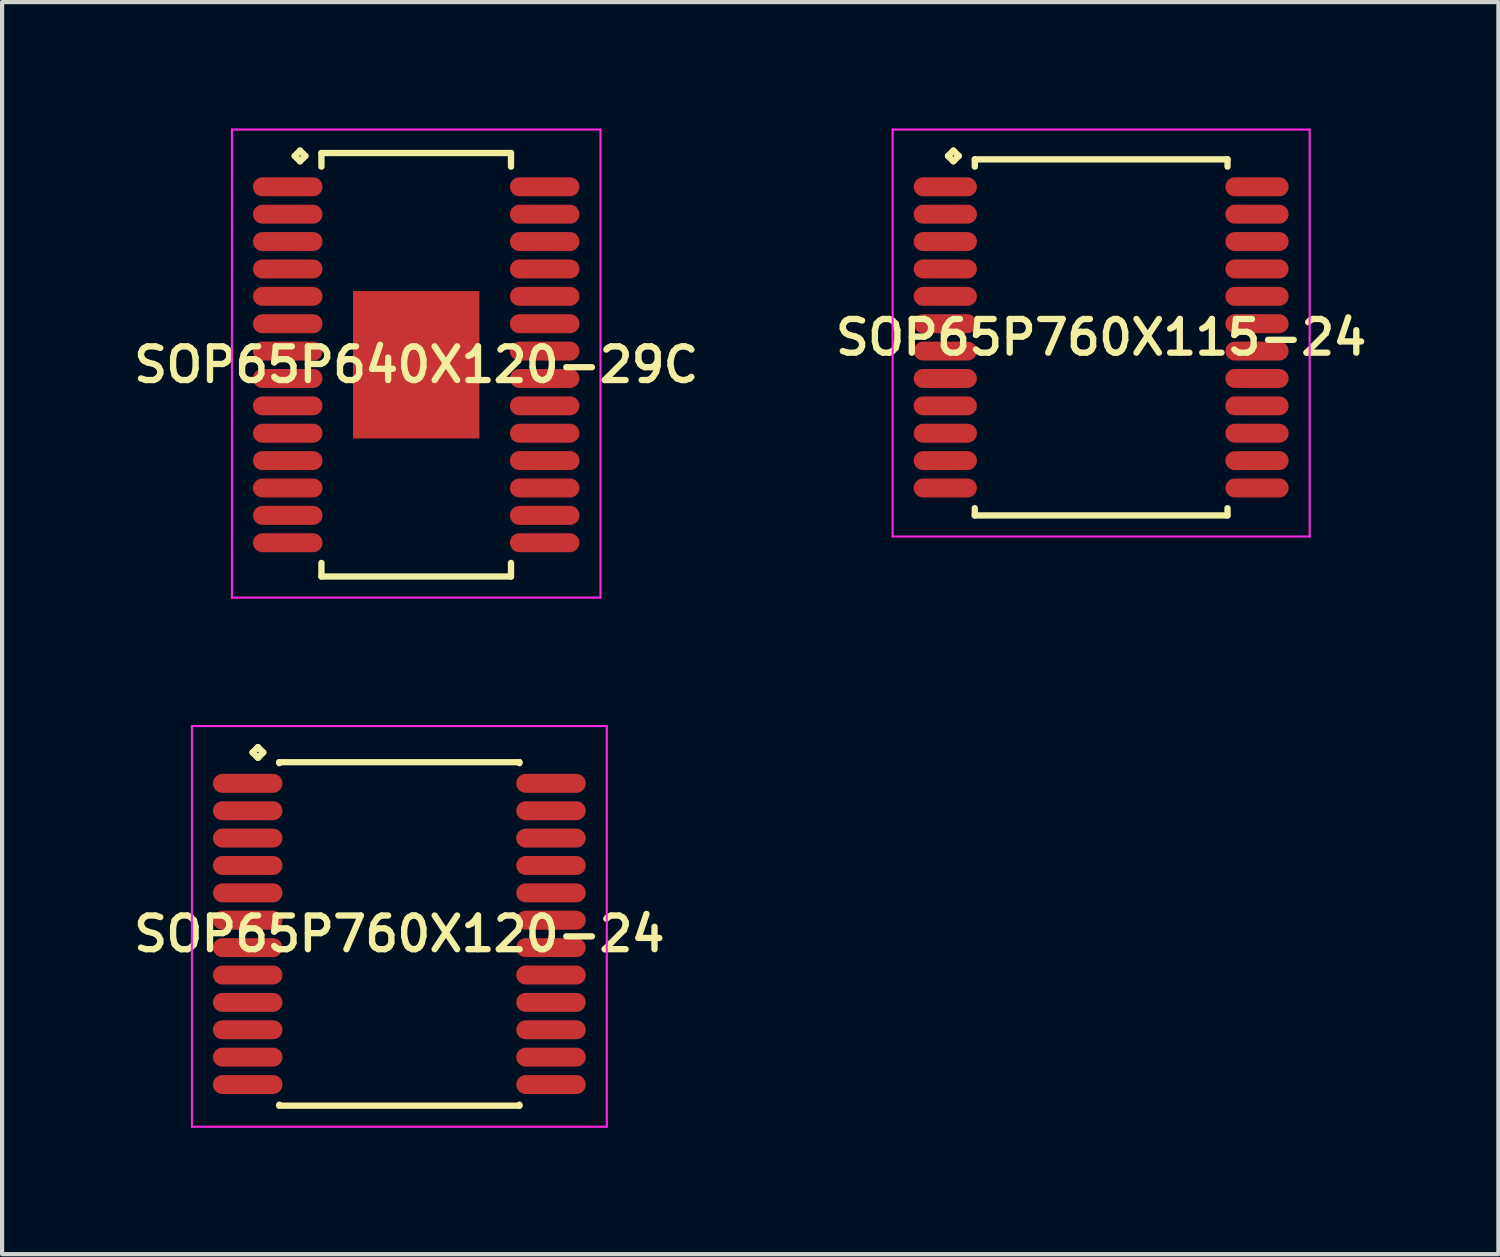
<source format=kicad_pcb>
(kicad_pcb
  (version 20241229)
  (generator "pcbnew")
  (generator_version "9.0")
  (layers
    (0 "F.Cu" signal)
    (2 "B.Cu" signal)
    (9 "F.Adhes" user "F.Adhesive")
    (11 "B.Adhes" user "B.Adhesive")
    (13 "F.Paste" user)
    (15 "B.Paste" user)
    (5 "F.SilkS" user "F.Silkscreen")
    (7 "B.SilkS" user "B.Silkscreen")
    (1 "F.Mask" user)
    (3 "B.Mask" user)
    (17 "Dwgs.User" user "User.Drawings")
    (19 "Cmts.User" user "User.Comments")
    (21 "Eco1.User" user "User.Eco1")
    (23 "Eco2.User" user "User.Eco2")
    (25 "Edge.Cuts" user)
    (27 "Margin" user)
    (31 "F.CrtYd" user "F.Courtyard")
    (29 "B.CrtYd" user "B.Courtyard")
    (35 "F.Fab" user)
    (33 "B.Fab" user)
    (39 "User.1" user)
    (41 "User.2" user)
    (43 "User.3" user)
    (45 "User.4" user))
  (footprint "SOP65P760X120-24"
    (layer "F.Cu")
    (at 6.431 19.122)
    (property "Reference" "SOP65P760X120-24" (at 0 0 0) (layer "F.SilkS") (effects (font (size 0.8 0.8) (thickness 0.15))))
    (attr smd)
    (fp_line (start -3.485 -4.308) (end -3.358 -4.435) (stroke (width 0.15) (type solid)) (layer "F.SilkS"))
    (fp_line (start -3.358 -4.435) (end -3.231 -4.308) (stroke (width 0.15) (type solid)) (layer "F.SilkS"))
    (fp_line (start -3.358 -4.181) (end -3.485 -4.308) (stroke (width 0.15) (type solid)) (layer "F.SilkS"))
    (fp_line (start -3.231 -4.308) (end -3.358 -4.181) (stroke (width 0.15) (type solid)) (layer "F.SilkS"))
    (fp_line (start -2.85 -4.077) (end 2.85 -4.077) (stroke (width 0.15) (type solid)) (layer "F.SilkS"))
    (fp_line (start -2.85 -4.054) (end -2.85 -4.077) (stroke (width 0.15) (type solid)) (layer "F.SilkS"))
    (fp_line (start -2.85 4.054) (end -2.85 4.077) (stroke (width 0.15) (type solid)) (layer "F.SilkS"))
    (fp_line (start -2.85 4.077) (end 2.85 4.077) (stroke (width 0.15) (type solid)) (layer "F.SilkS"))
    (fp_line (start 2.85 -4.077) (end 2.85 -4.054) (stroke (width 0.15) (type solid)) (layer "F.SilkS"))
    (fp_line (start 2.85 4.077) (end 2.85 4.054) (stroke (width 0.15) (type solid)) (layer "F.SilkS"))
    (fp_line (start -4.925 -4.935) (end 4.925 -4.935) (stroke (width 0.05) (type solid)) (layer "F.CrtYd"))
    (fp_line (start -4.925 4.577) (end -4.925 -4.935) (stroke (width 0.05) (type solid)) (layer "F.CrtYd"))
    (fp_line (start 4.925 -4.935) (end 4.925 4.577) (stroke (width 0.05) (type solid)) (layer "F.CrtYd"))
    (fp_line (start 4.925 4.577) (end -4.925 4.577) (stroke (width 0.05) (type solid)) (layer "F.CrtYd"))
    (pad "1" smd oval (at -3.6 -3.575) (size 1.65 0.45) (layers "F.Cu" "F.Mask" "F.Paste"))
    (pad "2" smd oval (at -3.6 -2.925) (size 1.65 0.45) (layers "F.Cu" "F.Mask" "F.Paste"))
    (pad "3" smd oval (at -3.6 -2.275) (size 1.65 0.45) (layers "F.Cu" "F.Mask" "F.Paste"))
    (pad "4" smd oval (at -3.6 -1.625) (size 1.65 0.45) (layers "F.Cu" "F.Mask" "F.Paste"))
    (pad "5" smd oval (at -3.6 -0.975) (size 1.65 0.45) (layers "F.Cu" "F.Mask" "F.Paste"))
    (pad "6" smd oval (at -3.6 -0.325) (size 1.65 0.45) (layers "F.Cu" "F.Mask" "F.Paste"))
    (pad "7" smd oval (at -3.6 0.325) (size 1.65 0.45) (layers "F.Cu" "F.Mask" "F.Paste"))
    (pad "8" smd oval (at -3.6 0.975) (size 1.65 0.45) (layers "F.Cu" "F.Mask" "F.Paste"))
    (pad "9" smd oval (at -3.6 1.625) (size 1.65 0.45) (layers "F.Cu" "F.Mask" "F.Paste"))
    (pad "10" smd oval (at -3.6 2.275) (size 1.65 0.45) (layers "F.Cu" "F.Mask" "F.Paste"))
    (pad "11" smd oval (at -3.6 2.925) (size 1.65 0.45) (layers "F.Cu" "F.Mask" "F.Paste"))
    (pad "12" smd oval (at -3.6 3.575) (size 1.65 0.45) (layers "F.Cu" "F.Mask" "F.Paste"))
    (pad "13" smd oval (at 3.6 3.575) (size 1.65 0.45) (layers "F.Cu" "F.Mask" "F.Paste"))
    (pad "14" smd oval (at 3.6 2.925) (size 1.65 0.45) (layers "F.Cu" "F.Mask" "F.Paste"))
    (pad "15" smd oval (at 3.6 2.275) (size 1.65 0.45) (layers "F.Cu" "F.Mask" "F.Paste"))
    (pad "16" smd oval (at 3.6 1.625) (size 1.65 0.45) (layers "F.Cu" "F.Mask" "F.Paste"))
    (pad "17" smd oval (at 3.6 0.975) (size 1.65 0.45) (layers "F.Cu" "F.Mask" "F.Paste"))
    (pad "18" smd oval (at 3.6 0.325) (size 1.65 0.45) (layers "F.Cu" "F.Mask" "F.Paste"))
    (pad "19" smd oval (at 3.6 -0.325) (size 1.65 0.45) (layers "F.Cu" "F.Mask" "F.Paste"))
    (pad "20" smd oval (at 3.6 -0.975) (size 1.65 0.45) (layers "F.Cu" "F.Mask" "F.Paste"))
    (pad "21" smd oval (at 3.6 -1.625) (size 1.65 0.45) (layers "F.Cu" "F.Mask" "F.Paste"))
    (pad "22" smd oval (at 3.6 -2.275) (size 1.65 0.45) (layers "F.Cu" "F.Mask" "F.Paste"))
    (pad "23" smd oval (at 3.6 -2.925) (size 1.65 0.45) (layers "F.Cu" "F.Mask" "F.Paste"))
    (pad "24" smd oval (at 3.6 -3.575) (size 1.65 0.45) (layers "F.Cu" "F.Mask" "F.Paste")))
  (footprint "SOP65P760X115-24"
    (layer "F.Cu")
    (at 23.092 4.96)
    (property "Reference" "SOP65P760X115-24" (at 0 0 0) (layer "F.SilkS") (effects (font (size 0.8 0.8) (thickness 0.15))))
    (attr smd)
    (fp_line (start -3.635 -4.308) (end -3.508 -4.435) (stroke (width 0.15) (type solid)) (layer "F.SilkS"))
    (fp_line (start -3.508 -4.435) (end -3.381 -4.308) (stroke (width 0.15) (type solid)) (layer "F.SilkS"))
    (fp_line (start -3.508 -4.181) (end -3.635 -4.308) (stroke (width 0.15) (type solid)) (layer "F.SilkS"))
    (fp_line (start -3.381 -4.308) (end -3.508 -4.181) (stroke (width 0.15) (type solid)) (layer "F.SilkS"))
    (fp_line (start -3 -4.227) (end 3 -4.227) (stroke (width 0.15) (type solid)) (layer "F.SilkS"))
    (fp_line (start -3 -4.054) (end -3 -4.227) (stroke (width 0.15) (type solid)) (layer "F.SilkS"))
    (fp_line (start -3 4.054) (end -3 4.227) (stroke (width 0.15) (type solid)) (layer "F.SilkS"))
    (fp_line (start -3 4.227) (end 3 4.227) (stroke (width 0.15) (type solid)) (layer "F.SilkS"))
    (fp_line (start 3 -4.227) (end 3 -4.054) (stroke (width 0.15) (type solid)) (layer "F.SilkS"))
    (fp_line (start 3 4.227) (end 3 4.054) (stroke (width 0.15) (type solid)) (layer "F.SilkS"))
    (fp_line (start -4.95 -4.935) (end 4.95 -4.935) (stroke (width 0.05) (type solid)) (layer "F.CrtYd"))
    (fp_line (start -4.95 4.727) (end -4.95 -4.935) (stroke (width 0.05) (type solid)) (layer "F.CrtYd"))
    (fp_line (start 4.95 -4.935) (end 4.95 4.727) (stroke (width 0.05) (type solid)) (layer "F.CrtYd"))
    (fp_line (start 4.95 4.727) (end -4.95 4.727) (stroke (width 0.05) (type solid)) (layer "F.CrtYd"))
    (pad "1" smd oval (at -3.7 -3.575) (size 1.5 0.45) (layers "F.Cu" "F.Mask" "F.Paste"))
    (pad "2" smd oval (at -3.7 -2.925) (size 1.5 0.45) (layers "F.Cu" "F.Mask" "F.Paste"))
    (pad "3" smd oval (at -3.7 -2.275) (size 1.5 0.45) (layers "F.Cu" "F.Mask" "F.Paste"))
    (pad "4" smd oval (at -3.7 -1.625) (size 1.5 0.45) (layers "F.Cu" "F.Mask" "F.Paste"))
    (pad "5" smd oval (at -3.7 -0.975) (size 1.5 0.45) (layers "F.Cu" "F.Mask" "F.Paste"))
    (pad "6" smd oval (at -3.7 -0.325) (size 1.5 0.45) (layers "F.Cu" "F.Mask" "F.Paste"))
    (pad "7" smd oval (at -3.7 0.325) (size 1.5 0.45) (layers "F.Cu" "F.Mask" "F.Paste"))
    (pad "8" smd oval (at -3.7 0.975) (size 1.5 0.45) (layers "F.Cu" "F.Mask" "F.Paste"))
    (pad "9" smd oval (at -3.7 1.625) (size 1.5 0.45) (layers "F.Cu" "F.Mask" "F.Paste"))
    (pad "10" smd oval (at -3.7 2.275) (size 1.5 0.45) (layers "F.Cu" "F.Mask" "F.Paste"))
    (pad "11" smd oval (at -3.7 2.925) (size 1.5 0.45) (layers "F.Cu" "F.Mask" "F.Paste"))
    (pad "12" smd oval (at -3.7 3.575) (size 1.5 0.45) (layers "F.Cu" "F.Mask" "F.Paste"))
    (pad "13" smd oval (at 3.7 3.575) (size 1.5 0.45) (layers "F.Cu" "F.Mask" "F.Paste"))
    (pad "14" smd oval (at 3.7 2.925) (size 1.5 0.45) (layers "F.Cu" "F.Mask" "F.Paste"))
    (pad "15" smd oval (at 3.7 2.275) (size 1.5 0.45) (layers "F.Cu" "F.Mask" "F.Paste"))
    (pad "16" smd oval (at 3.7 1.625) (size 1.5 0.45) (layers "F.Cu" "F.Mask" "F.Paste"))
    (pad "17" smd oval (at 3.7 0.975) (size 1.5 0.45) (layers "F.Cu" "F.Mask" "F.Paste"))
    (pad "18" smd oval (at 3.7 0.325) (size 1.5 0.45) (layers "F.Cu" "F.Mask" "F.Paste"))
    (pad "19" smd oval (at 3.7 -0.325) (size 1.5 0.45) (layers "F.Cu" "F.Mask" "F.Paste"))
    (pad "20" smd oval (at 3.7 -0.975) (size 1.5 0.45) (layers "F.Cu" "F.Mask" "F.Paste"))
    (pad "21" smd oval (at 3.7 -1.625) (size 1.5 0.45) (layers "F.Cu" "F.Mask" "F.Paste"))
    (pad "22" smd oval (at 3.7 -2.275) (size 1.5 0.45) (layers "F.Cu" "F.Mask" "F.Paste"))
    (pad "23" smd oval (at 3.7 -2.925) (size 1.5 0.45) (layers "F.Cu" "F.Mask" "F.Paste"))
    (pad "24" smd oval (at 3.7 -3.575) (size 1.5 0.45) (layers "F.Cu" "F.Mask" "F.Paste")))
  (footprint "SOP65P640X120-29C"
    (layer "F.Cu")
    (at 6.831 5.61)
    (property "Reference" "SOP65P640X120-29C" (at 0 0 0) (layer "F.SilkS") (effects (font (size 0.8 0.8) (thickness 0.15))))
    (attr smd)
    (fp_line (start -2.885 -4.958) (end -2.758 -5.085) (stroke (width 0.15) (type solid)) (layer "F.SilkS"))
    (fp_line (start -2.758 -5.085) (end -2.631 -4.958) (stroke (width 0.15) (type solid)) (layer "F.SilkS"))
    (fp_line (start -2.758 -4.831) (end -2.885 -4.958) (stroke (width 0.15) (type solid)) (layer "F.SilkS"))
    (fp_line (start -2.631 -4.958) (end -2.758 -4.831) (stroke (width 0.15) (type solid)) (layer "F.SilkS"))
    (fp_line (start -2.25 -5.027) (end 2.25 -5.027) (stroke (width 0.15) (type solid)) (layer "F.SilkS"))
    (fp_line (start -2.25 -4.704) (end -2.25 -5.027) (stroke (width 0.15) (type solid)) (layer "F.SilkS"))
    (fp_line (start -2.25 4.704) (end -2.25 5.027) (stroke (width 0.15) (type solid)) (layer "F.SilkS"))
    (fp_line (start -2.25 5.027) (end 2.25 5.027) (stroke (width 0.15) (type solid)) (layer "F.SilkS"))
    (fp_line (start 2.25 -5.027) (end 2.25 -4.704) (stroke (width 0.15) (type solid)) (layer "F.SilkS"))
    (fp_line (start 2.25 5.027) (end 2.25 4.704) (stroke (width 0.15) (type solid)) (layer "F.SilkS"))
    (fp_line (start -4.375 -5.585) (end 4.375 -5.585) (stroke (width 0.05) (type solid)) (layer "F.CrtYd"))
    (fp_line (start -4.375 5.527) (end -4.375 -5.585) (stroke (width 0.05) (type solid)) (layer "F.CrtYd"))
    (fp_line (start 4.375 -5.585) (end 4.375 5.527) (stroke (width 0.05) (type solid)) (layer "F.CrtYd"))
    (fp_line (start 4.375 5.527) (end -4.375 5.527) (stroke (width 0.05) (type solid)) (layer "F.CrtYd"))
    (pad "1" smd oval (at -3.05 -4.225) (size 1.65 0.45) (layers "F.Cu" "F.Mask" "F.Paste"))
    (pad "2" smd oval (at -3.05 -3.575) (size 1.65 0.45) (layers "F.Cu" "F.Mask" "F.Paste"))
    (pad "3" smd oval (at -3.05 -2.925) (size 1.65 0.45) (layers "F.Cu" "F.Mask" "F.Paste"))
    (pad "4" smd oval (at -3.05 -2.275) (size 1.65 0.45) (layers "F.Cu" "F.Mask" "F.Paste"))
    (pad "5" smd oval (at -3.05 -1.625) (size 1.65 0.45) (layers "F.Cu" "F.Mask" "F.Paste"))
    (pad "6" smd oval (at -3.05 -0.975) (size 1.65 0.45) (layers "F.Cu" "F.Mask" "F.Paste"))
    (pad "7" smd oval (at -3.05 -0.325) (size 1.65 0.45) (layers "F.Cu" "F.Mask" "F.Paste"))
    (pad "8" smd oval (at -3.05 0.325) (size 1.65 0.45) (layers "F.Cu" "F.Mask" "F.Paste"))
    (pad "9" smd oval (at -3.05 0.975) (size 1.65 0.45) (layers "F.Cu" "F.Mask" "F.Paste"))
    (pad "10" smd oval (at -3.05 1.625) (size 1.65 0.45) (layers "F.Cu" "F.Mask" "F.Paste"))
    (pad "11" smd oval (at -3.05 2.275) (size 1.65 0.45) (layers "F.Cu" "F.Mask" "F.Paste"))
    (pad "12" smd oval (at -3.05 2.925) (size 1.65 0.45) (layers "F.Cu" "F.Mask" "F.Paste"))
    (pad "13" smd oval (at -3.05 3.575) (size 1.65 0.45) (layers "F.Cu" "F.Mask" "F.Paste"))
    (pad "14" smd oval (at -3.05 4.225) (size 1.65 0.45) (layers "F.Cu" "F.Mask" "F.Paste"))
    (pad "15" smd oval (at 3.05 4.225) (size 1.65 0.45) (layers "F.Cu" "F.Mask" "F.Paste"))
    (pad "16" smd oval (at 3.05 3.575) (size 1.65 0.45) (layers "F.Cu" "F.Mask" "F.Paste"))
    (pad "17" smd oval (at 3.05 2.925) (size 1.65 0.45) (layers "F.Cu" "F.Mask" "F.Paste"))
    (pad "18" smd oval (at 3.05 2.275) (size 1.65 0.45) (layers "F.Cu" "F.Mask" "F.Paste"))
    (pad "19" smd oval (at 3.05 1.625) (size 1.65 0.45) (layers "F.Cu" "F.Mask" "F.Paste"))
    (pad "20" smd oval (at 3.05 0.975) (size 1.65 0.45) (layers "F.Cu" "F.Mask" "F.Paste"))
    (pad "21" smd oval (at 3.05 0.325) (size 1.65 0.45) (layers "F.Cu" "F.Mask" "F.Paste"))
    (pad "22" smd oval (at 3.05 -0.325) (size 1.65 0.45) (layers "F.Cu" "F.Mask" "F.Paste"))
    (pad "23" smd oval (at 3.05 -0.975) (size 1.65 0.45) (layers "F.Cu" "F.Mask" "F.Paste"))
    (pad "24" smd oval (at 3.05 -1.625) (size 1.65 0.45) (layers "F.Cu" "F.Mask" "F.Paste"))
    (pad "25" smd oval (at 3.05 -2.275) (size 1.65 0.45) (layers "F.Cu" "F.Mask" "F.Paste"))
    (pad "26" smd oval (at 3.05 -2.925) (size 1.65 0.45) (layers "F.Cu" "F.Mask" "F.Paste"))
    (pad "27" smd oval (at 3.05 -3.575) (size 1.65 0.45) (layers "F.Cu" "F.Mask" "F.Paste"))
    (pad "28" smd oval (at 3.05 -4.225) (size 1.65 0.45) (layers "F.Cu" "F.Mask" "F.Paste"))
    (pad "29" smd rect (at 0 0) (size 3 3.5) (layers "F.Cu" "F.Mask" "F.Paste")))
  (gr_rect
    (start -3 -3)
    (end 32.523 26.724)
    (stroke (width 0.1) (type default))
    (fill no)
    (layer "Edge.Cuts")))
</source>
